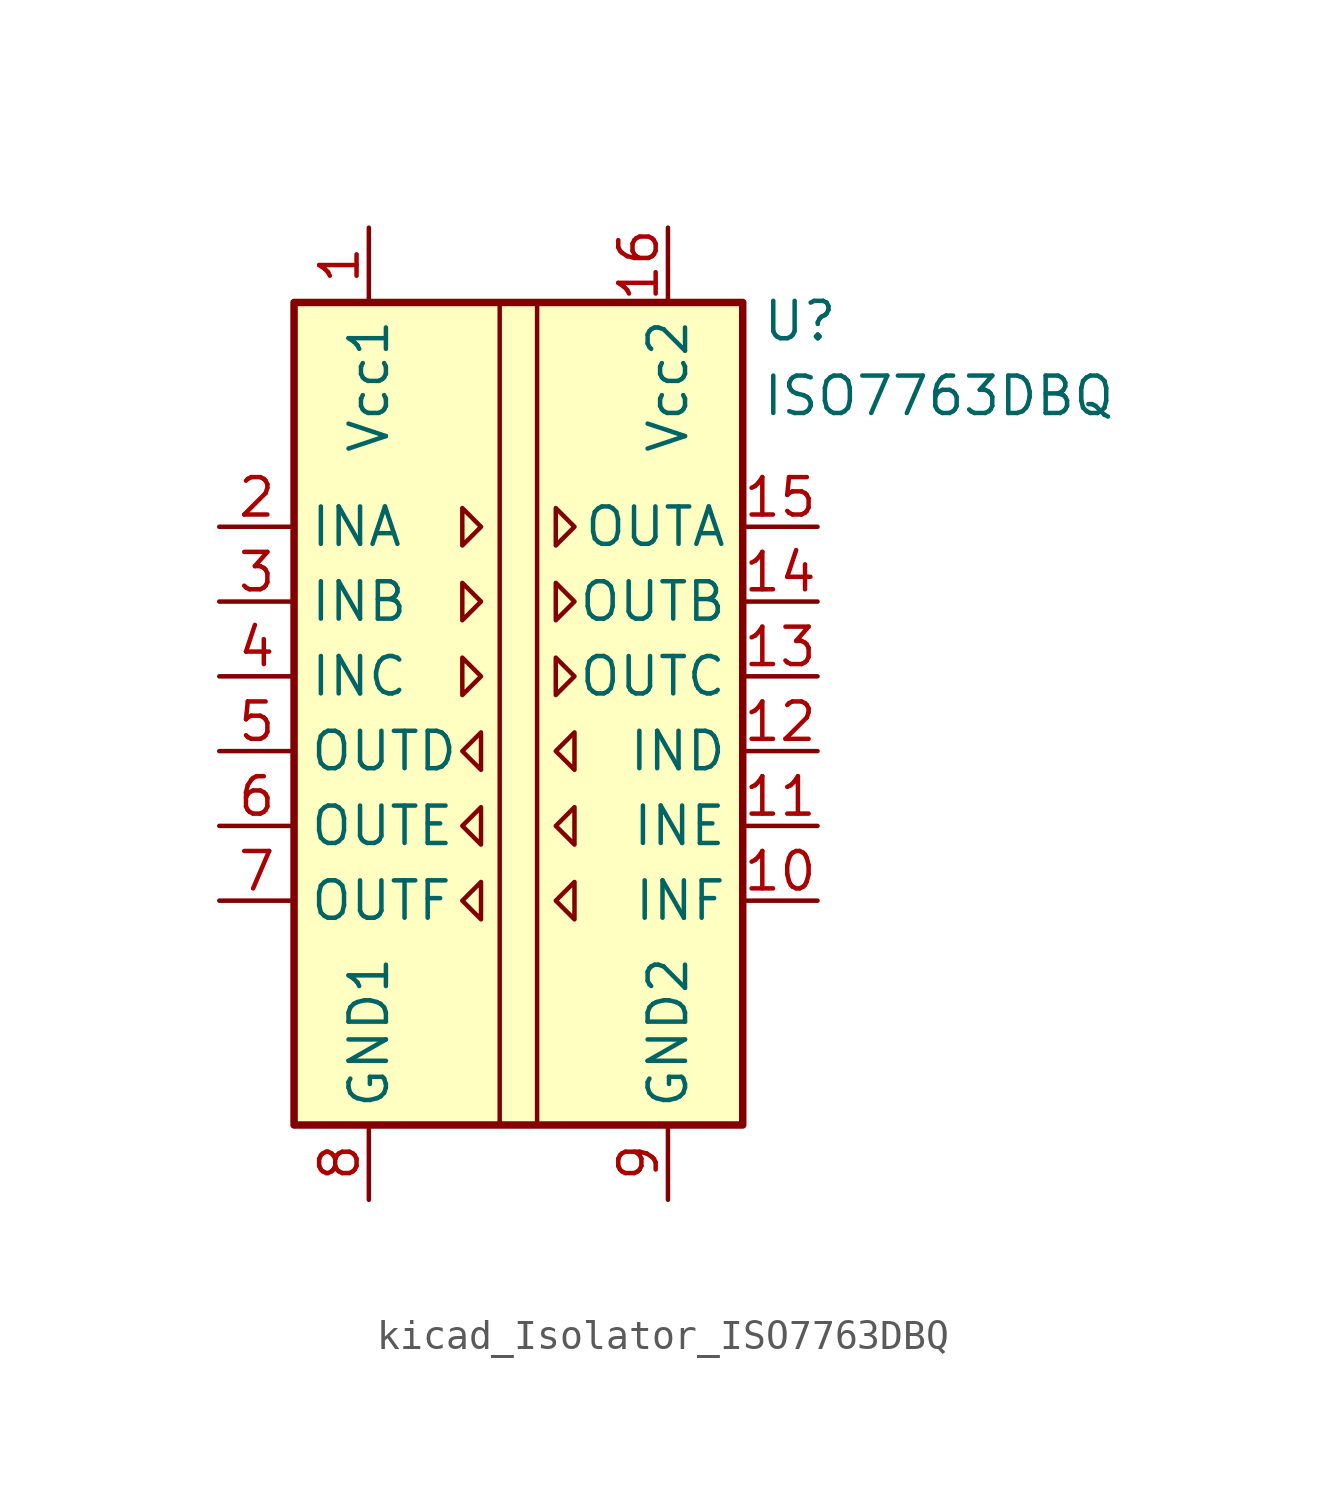
<source format=kicad_sym>
(kicad_symbol_lib
  (version 20220914)
  (generator kicad_symbol_editor)
  (symbol "kicad_Isolator_ISO7763DBQ"
    (property "Reference" "U"
      (at 8.255 14.605 0)
      (effects (font (size 1.27 1.27)) (justify left)))
    (property "Value" "ISO7763DBQ"
      (at 8.255 12.065 0)
      (effects (font (size 1.27 1.27)) (justify left)))
    (symbol "kicad_Isolator_ISO7763DBQ_0_1"
      (rectangle (start -7.62 15.24) (end 7.62 -12.7) (stroke (width 0.254) (type default)) (fill (type background)))
      (polyline (pts (xy -0.635 15.24) (xy -0.635 -12.7)) (stroke (width 0) (type default)) (fill (type none)))
      (polyline (pts (xy 0.635 15.24) (xy 0.635 -12.7)) (stroke (width 0) (type default)) (fill (type none)))
      (polyline (pts (xy -1.905 8.255) (xy -1.27 7.62) (xy -1.905 6.985) (xy -1.905 8.255)) (stroke (width 0) (type default)) (fill (type none)))
      (polyline (pts (xy 1.27 8.255) (xy 1.905 7.62) (xy 1.27 6.985) (xy 1.27 8.255)) (stroke (width 0) (type default)) (fill (type none))))
    (symbol "kicad_Isolator_ISO7763DBQ_1_1"
      (polyline (pts (xy -1.905 3.175) (xy -1.27 2.54) (xy -1.905 1.905) (xy -1.905 3.175)) (stroke (width 0) (type default)) (fill (type none)))
      (polyline (pts (xy -1.905 5.715) (xy -1.27 5.08) (xy -1.905 4.445) (xy -1.905 5.715)) (stroke (width 0) (type default)) (fill (type none)))
      (polyline (pts (xy -1.27 -4.445) (xy -1.905 -5.08) (xy -1.27 -5.715) (xy -1.27 -4.445)) (stroke (width 0) (type default)) (fill (type none)))
      (polyline (pts (xy -1.27 -1.905) (xy -1.905 -2.54) (xy -1.27 -3.175) (xy -1.27 -1.905)) (stroke (width 0) (type default)) (fill (type none)))
      (polyline (pts (xy -1.27 0.635) (xy -1.905 0) (xy -1.27 -0.635) (xy -1.27 0.635)) (stroke (width 0) (type default)) (fill (type none)))
      (polyline (pts (xy 1.27 3.175) (xy 1.905 2.54) (xy 1.27 1.905) (xy 1.27 3.175)) (stroke (width 0) (type default)) (fill (type none)))
      (polyline (pts (xy 1.27 5.715) (xy 1.905 5.08) (xy 1.27 4.445) (xy 1.27 5.715)) (stroke (width 0) (type default)) (fill (type none)))
      (polyline (pts (xy 1.905 -4.445) (xy 1.27 -5.08) (xy 1.905 -5.715) (xy 1.905 -4.445)) (stroke (width 0) (type default)) (fill (type none)))
      (polyline (pts (xy 1.905 -1.905) (xy 1.27 -2.54) (xy 1.905 -3.175) (xy 1.905 -1.905)) (stroke (width 0) (type default)) (fill (type none)))
      (polyline (pts (xy 1.905 0.635) (xy 1.27 0) (xy 1.905 -0.635) (xy 1.905 0.635)) (stroke (width 0) (type default)) (fill (type none)))
      (pin power_in line (at -5.08 17.78 270) (length 2.54) (name "Vcc1" (effects (font (size 1.27 1.27)))) (number "1" (effects (font (size 1.27 1.27)))))
      (pin input line (at 10.16 -5.08 180) (length 2.54) (name "INF" (effects (font (size 1.27 1.27)))) (number "10" (effects (font (size 1.27 1.27)))))
      (pin input line (at 10.16 -2.54 180) (length 2.54) (name "INE" (effects (font (size 1.27 1.27)))) (number "11" (effects (font (size 1.27 1.27)))))
      (pin input line (at 10.16 0 180) (length 2.54) (name "IND" (effects (font (size 1.27 1.27)))) (number "12" (effects (font (size 1.27 1.27)))))
      (pin output line (at 10.16 2.54 180) (length 2.54) (name "OUTC" (effects (font (size 1.27 1.27)))) (number "13" (effects (font (size 1.27 1.27)))))
      (pin output line (at 10.16 5.08 180) (length 2.54) (name "OUTB" (effects (font (size 1.27 1.27)))) (number "14" (effects (font (size 1.27 1.27)))))
      (pin output line (at 10.16 7.62 180) (length 2.54) (name "OUTA" (effects (font (size 1.27 1.27)))) (number "15" (effects (font (size 1.27 1.27)))))
      (pin power_in line (at 5.08 17.78 270) (length 2.54) (name "Vcc2" (effects (font (size 1.27 1.27)))) (number "16" (effects (font (size 1.27 1.27)))))
      (pin input line (at -10.16 7.62 0) (length 2.54) (name "INA" (effects (font (size 1.27 1.27)))) (number "2" (effects (font (size 1.27 1.27)))))
      (pin input line (at -10.16 5.08 0) (length 2.54) (name "INB" (effects (font (size 1.27 1.27)))) (number "3" (effects (font (size 1.27 1.27)))))
      (pin input line (at -10.16 2.54 0) (length 2.54) (name "INC" (effects (font (size 1.27 1.27)))) (number "4" (effects (font (size 1.27 1.27)))))
      (pin output line (at -10.16 0 0) (length 2.54) (name "OUTD" (effects (font (size 1.27 1.27)))) (number "5" (effects (font (size 1.27 1.27)))))
      (pin output line (at -10.16 -2.54 0) (length 2.54) (name "OUTE" (effects (font (size 1.27 1.27)))) (number "6" (effects (font (size 1.27 1.27)))))
      (pin output line (at -10.16 -5.08 0) (length 2.54) (name "OUTF" (effects (font (size 1.27 1.27)))) (number "7" (effects (font (size 1.27 1.27)))))
      (pin power_in line (at -5.08 -15.24 90) (length 2.54) (name "GND1" (effects (font (size 1.27 1.27)))) (number "8" (effects (font (size 1.27 1.27)))))
      (pin power_in line (at 5.08 -15.24 90) (length 2.54) (name "GND2" (effects (font (size 1.27 1.27)))) (number "9" (effects (font (size 1.27 1.27))))))))
</source>
